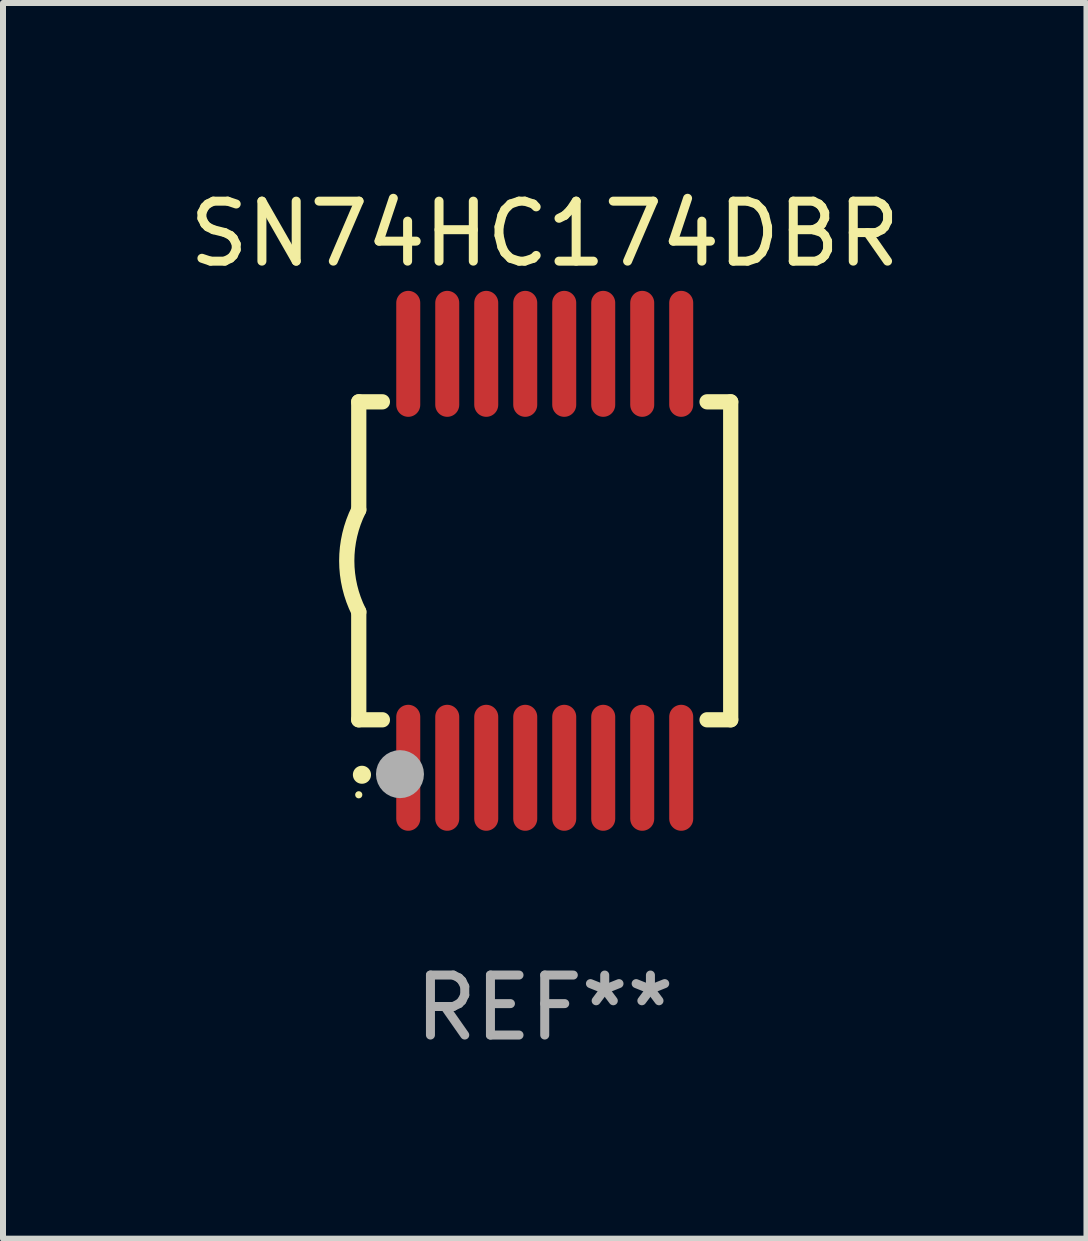
<source format=kicad_pcb>
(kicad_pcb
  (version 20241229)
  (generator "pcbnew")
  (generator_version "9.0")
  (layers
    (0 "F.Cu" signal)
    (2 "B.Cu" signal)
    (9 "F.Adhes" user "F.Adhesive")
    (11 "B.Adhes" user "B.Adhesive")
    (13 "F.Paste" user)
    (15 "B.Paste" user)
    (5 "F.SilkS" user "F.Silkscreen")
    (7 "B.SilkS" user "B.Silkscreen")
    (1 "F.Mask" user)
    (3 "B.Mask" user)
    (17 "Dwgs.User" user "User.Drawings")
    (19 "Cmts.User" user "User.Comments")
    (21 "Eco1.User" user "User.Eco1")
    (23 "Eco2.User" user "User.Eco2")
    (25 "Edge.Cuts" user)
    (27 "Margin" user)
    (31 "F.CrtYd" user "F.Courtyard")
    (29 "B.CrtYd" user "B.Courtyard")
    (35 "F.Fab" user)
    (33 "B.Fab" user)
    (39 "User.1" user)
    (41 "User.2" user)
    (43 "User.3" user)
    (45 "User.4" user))
  (footprint "SN74HC174DBR"
    (layer "F.Cu")
    (at 6.03 6.298)
    (property "Reference" "SN74HC174DBR" (at 0 -5.45 0) (layer "F.SilkS") (effects (font (size 1 1) (thickness 0.15))))
    (attr through_hole)
    (fp_line (start -3.1 -2.65) (end -3.1 -0.85) (stroke (width 0.254) (type solid)) (layer "F.SilkS"))
    (fp_line (start -3.1 -2.65) (end -2.706 -2.65) (stroke (width 0.254) (type solid)) (layer "F.SilkS"))
    (fp_line (start -3.1 2.65) (end -3.1 0.85) (stroke (width 0.254) (type solid)) (layer "F.SilkS"))
    (fp_line (start -3.1 2.65) (end -2.706 2.65) (stroke (width 0.254) (type solid)) (layer "F.SilkS"))
    (fp_line (start 2.706 -2.65) (end 3.1 -2.65) (stroke (width 0.254) (type solid)) (layer "F.SilkS"))
    (fp_line (start 2.706 2.65) (end 3.1 2.65) (stroke (width 0.254) (type solid)) (layer "F.SilkS"))
    (fp_line (start 3.1 -2.65) (end 3.1 2.65) (stroke (width 0.254) (type solid)) (layer "F.SilkS"))
    (fp_arc (start -3.098907 0.850902) (mid -3.300057 0.000523) (end -3.1 -0.850114) (stroke (width 0.254001) (type solid)) (layer "F.SilkS"))
    (fp_arc (start -3.048006 3.566066) (mid -3.046736 3.566061) (end -3.045466 3.566066) (stroke (width 0.3) (type solid)) (layer "F.SilkS"))
    (fp_circle (center -3.1 3.9) (end -3.07 3.9) (stroke (width 0.06) (type solid)) (fill no) (layer "F.SilkS"))
    (fp_circle (center -2.413 3.556) (end -2.213 3.556) (stroke (width 0.4) (type solid)) (fill no) (layer "F.Fab"))
    (fp_text user "REF**" (at 0 7.45 0) (layer "F.Fab") (effects (font (size 1 1) (thickness 0.15))))
    (pad "1" smd oval (at -2.275 3.45 180) (size 0.4 2.1) (layers "F.Cu" "F.Mask" "F.Paste"))
    (pad "2" smd oval (at -1.625 3.45 180) (size 0.4 2.1) (layers "F.Cu" "F.Mask" "F.Paste"))
    (pad "3" smd oval (at -0.975 3.45 180) (size 0.4 2.1) (layers "F.Cu" "F.Mask" "F.Paste"))
    (pad "4" smd oval (at -0.325 3.45 180) (size 0.4 2.1) (layers "F.Cu" "F.Mask" "F.Paste"))
    (pad "5" smd oval (at 0.325 3.45 180) (size 0.4 2.1) (layers "F.Cu" "F.Mask" "F.Paste"))
    (pad "6" smd oval (at 0.975 3.45 180) (size 0.4 2.1) (layers "F.Cu" "F.Mask" "F.Paste"))
    (pad "7" smd oval (at 1.625 3.45 180) (size 0.4 2.1) (layers "F.Cu" "F.Mask" "F.Paste"))
    (pad "8" smd oval (at 2.275 3.45 180) (size 0.4 2.1) (layers "F.Cu" "F.Mask" "F.Paste"))
    (pad "9" smd oval (at 2.275 -3.45 180) (size 0.4 2.1) (layers "F.Cu" "F.Mask" "F.Paste"))
    (pad "10" smd oval (at 1.625 -3.45 180) (size 0.4 2.1) (layers "F.Cu" "F.Mask" "F.Paste"))
    (pad "11" smd oval (at 0.975 -3.45 180) (size 0.4 2.1) (layers "F.Cu" "F.Mask" "F.Paste"))
    (pad "12" smd oval (at 0.325 -3.45 180) (size 0.4 2.1) (layers "F.Cu" "F.Mask" "F.Paste"))
    (pad "13" smd oval (at -0.325 -3.45 180) (size 0.4 2.1) (layers "F.Cu" "F.Mask" "F.Paste"))
    (pad "14" smd oval (at -0.975 -3.45 180) (size 0.4 2.1) (layers "F.Cu" "F.Mask" "F.Paste"))
    (pad "15" smd oval (at -1.625 -3.45 180) (size 0.4 2.1) (layers "F.Cu" "F.Mask" "F.Paste"))
    (pad "16" smd oval (at -2.275 -3.45 180) (size 0.4 2.1) (layers "F.Cu" "F.Mask" "F.Paste")))
  (gr_rect
    (start -3 -3)
    (end 15.06 17.597)
    (stroke (width 0.1) (type default))
    (fill no)
    (layer "Edge.Cuts")))
</source>
